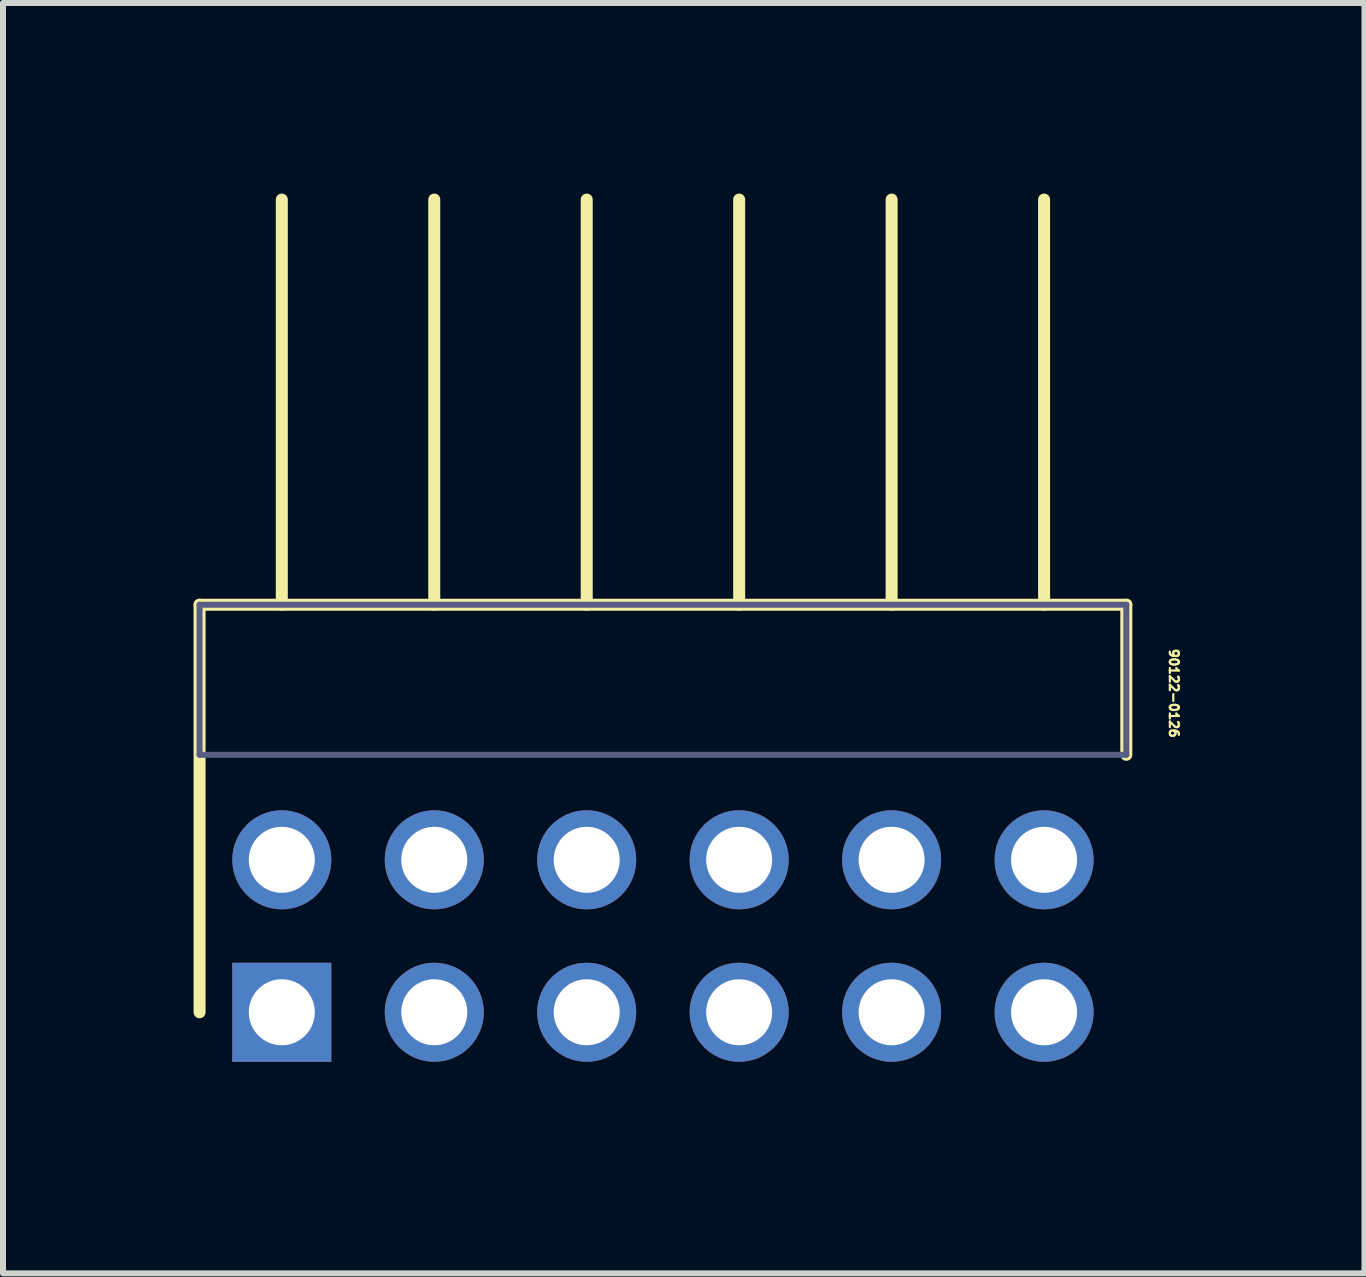
<source format=kicad_pcb>
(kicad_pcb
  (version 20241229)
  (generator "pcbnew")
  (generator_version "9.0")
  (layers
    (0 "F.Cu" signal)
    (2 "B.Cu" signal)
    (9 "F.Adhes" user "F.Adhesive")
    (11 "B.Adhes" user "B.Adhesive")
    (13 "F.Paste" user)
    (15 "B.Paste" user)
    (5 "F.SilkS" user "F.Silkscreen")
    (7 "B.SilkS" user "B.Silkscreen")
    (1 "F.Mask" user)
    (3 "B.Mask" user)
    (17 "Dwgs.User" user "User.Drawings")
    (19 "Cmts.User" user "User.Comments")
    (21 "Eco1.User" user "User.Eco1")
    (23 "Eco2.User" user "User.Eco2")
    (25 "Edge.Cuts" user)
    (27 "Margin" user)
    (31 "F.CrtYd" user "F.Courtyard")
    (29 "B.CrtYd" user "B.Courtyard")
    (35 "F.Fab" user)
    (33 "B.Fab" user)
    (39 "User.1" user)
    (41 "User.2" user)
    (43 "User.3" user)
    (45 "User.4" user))
  (footprint "90122-0126"
    (layer "F.Cu")
    (at 1.645 13.815)
    (property "Reference" "90122-0126" (at 14.775 -6.075 270) (unlocked yes) (layer "F.SilkS") (effects (font (size 0.15 0.15) (thickness 0.037)) (justify left bottom)))
    (fp_line (start -1.37 -6.79) (end -1.37 0) (stroke (width 0.2) (type solid)) (layer "F.SilkS"))
    (fp_line (start -1.37 -6.79) (end 14.07 -6.79) (stroke (width 0.2) (type solid)) (layer "F.SilkS"))
    (fp_line (start 0 -13.54) (end 0 -6.79) (stroke (width 0.2) (type solid)) (layer "F.SilkS"))
    (fp_line (start 2.54 -13.54) (end 2.54 -6.79) (stroke (width 0.2) (type solid)) (layer "F.SilkS"))
    (fp_line (start 5.08 -13.54) (end 5.08 -6.79) (stroke (width 0.2) (type solid)) (layer "F.SilkS"))
    (fp_line (start 7.62 -13.54) (end 7.62 -6.79) (stroke (width 0.2) (type solid)) (layer "F.SilkS"))
    (fp_line (start 10.16 -13.54) (end 10.16 -6.79) (stroke (width 0.2) (type solid)) (layer "F.SilkS"))
    (fp_line (start 12.7 -13.54) (end 12.7 -6.79) (stroke (width 0.2) (type solid)) (layer "F.SilkS"))
    (fp_line (start 14.07 -6.79) (end 14.07 -4.29) (stroke (width 0.2) (type solid)) (layer "F.SilkS"))
    (fp_line (start -1.62 -13.79) (end -1.62 1.325) (stroke (width 0.05) (type solid)) (layer "Eco1.User"))
    (fp_line (start -1.62 -13.79) (end 14.32 -13.79) (stroke (width 0.05) (type solid)) (layer "Eco1.User"))
    (fp_line (start -1.62 1.325) (end 14.32 1.325) (stroke (width 0.05) (type solid)) (layer "Eco1.User"))
    (fp_line (start 14.32 -13.79) (end 14.32 1.325) (stroke (width 0.05) (type solid)) (layer "Eco1.User"))
    (fp_line (start -1.37 -6.79) (end -1.37 -4.29) (stroke (width 0.1) (type solid)) (layer "B.Fab"))
    (fp_line (start -1.37 -6.79) (end 14.07 -6.79) (stroke (width 0.1) (type solid)) (layer "B.Fab"))
    (fp_line (start -1.37 -4.29) (end 14.07 -4.29) (stroke (width 0.1) (type solid)) (layer "B.Fab"))
    (fp_line (start 14.07 -6.79) (end 14.07 -4.29) (stroke (width 0.1) (type solid)) (layer "B.Fab"))
    (pad "1" thru_hole rect (at 0 0) (size 1.65 1.65) (drill 1.1) (layers "*.Cu" "*.Mask"))
    (pad "2" thru_hole circle (at 0 -2.54) (size 1.65 1.65) (drill 1.1) (layers "*.Cu" "*.Mask"))
    (pad "3" thru_hole circle (at 2.54 0) (size 1.65 1.65) (drill 1.1) (layers "*.Cu" "*.Mask"))
    (pad "4" thru_hole circle (at 2.54 -2.54) (size 1.65 1.65) (drill 1.1) (layers "*.Cu" "*.Mask"))
    (pad "5" thru_hole circle (at 5.08 0) (size 1.65 1.65) (drill 1.1) (layers "*.Cu" "*.Mask"))
    (pad "6" thru_hole circle (at 5.08 -2.54) (size 1.65 1.65) (drill 1.1) (layers "*.Cu" "*.Mask"))
    (pad "7" thru_hole circle (at 7.62 0) (size 1.65 1.65) (drill 1.1) (layers "*.Cu" "*.Mask"))
    (pad "8" thru_hole circle (at 7.62 -2.54) (size 1.65 1.65) (drill 1.1) (layers "*.Cu" "*.Mask"))
    (pad "9" thru_hole circle (at 10.16 0) (size 1.65 1.65) (drill 1.1) (layers "*.Cu" "*.Mask"))
    (pad "10" thru_hole circle (at 10.16 -2.54) (size 1.65 1.65) (drill 1.1) (layers "*.Cu" "*.Mask"))
    (pad "11" thru_hole circle (at 12.7 0) (size 1.65 1.65) (drill 1.1) (layers "*.Cu" "*.Mask"))
    (pad "12" thru_hole circle (at 12.7 -2.54) (size 1.65 1.65) (drill 1.1) (layers "*.Cu" "*.Mask")))
  (gr_rect
    (start -3 -3)
    (end 19.683 18.165)
    (stroke (width 0.1) (type default))
    (fill no)
    (layer "Edge.Cuts")))
</source>
